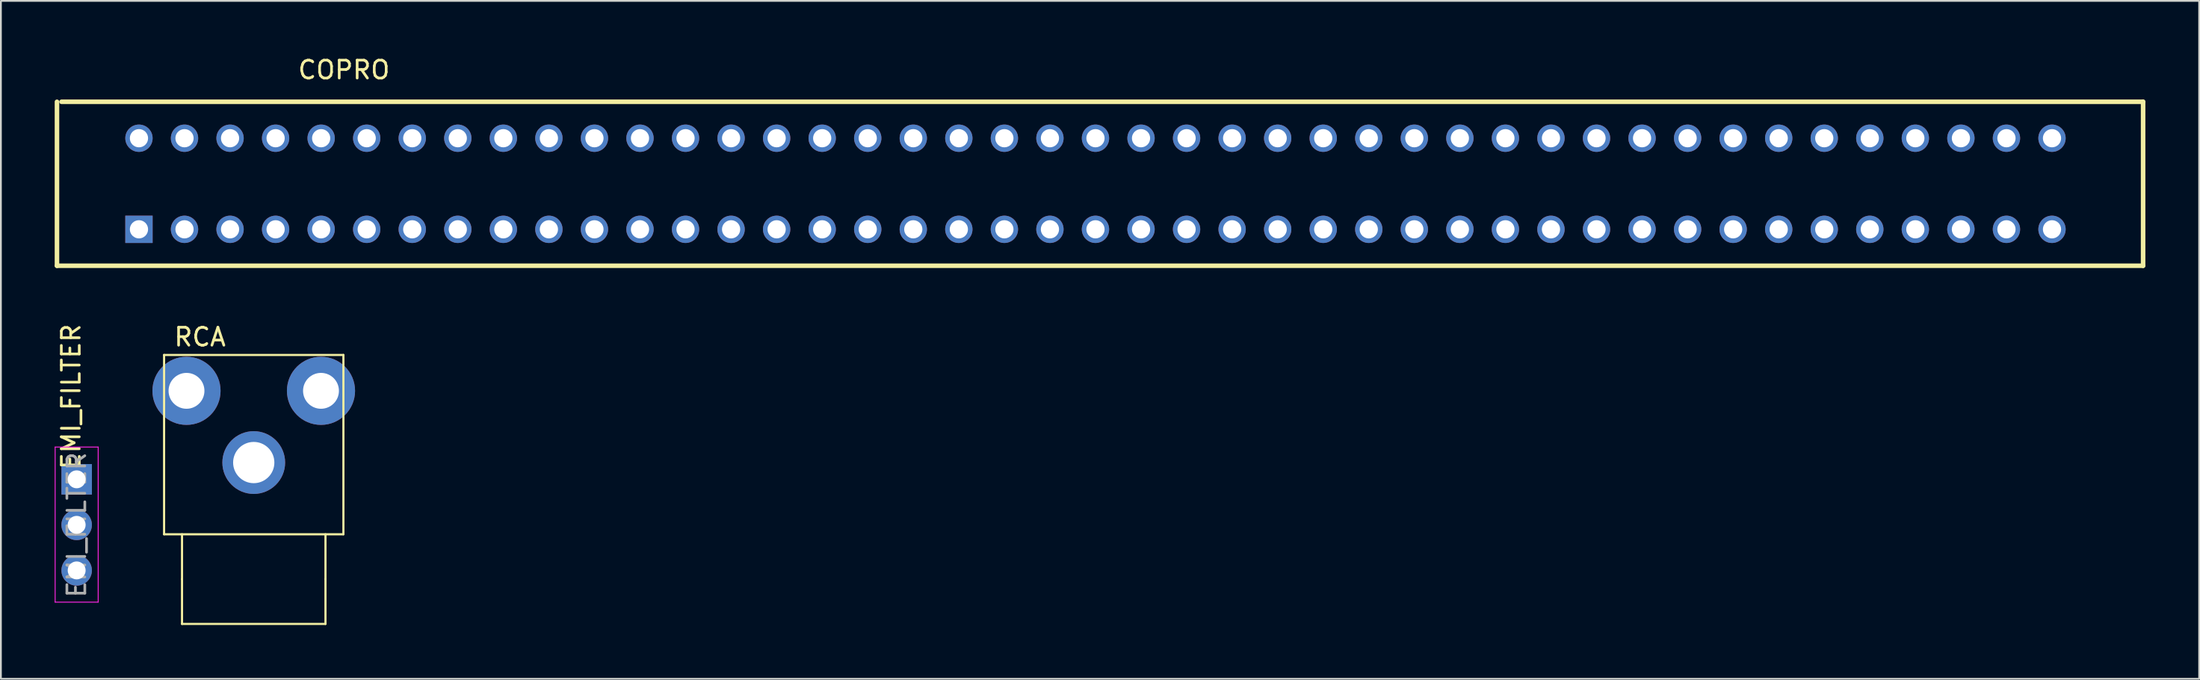
<source format=kicad_pcb>
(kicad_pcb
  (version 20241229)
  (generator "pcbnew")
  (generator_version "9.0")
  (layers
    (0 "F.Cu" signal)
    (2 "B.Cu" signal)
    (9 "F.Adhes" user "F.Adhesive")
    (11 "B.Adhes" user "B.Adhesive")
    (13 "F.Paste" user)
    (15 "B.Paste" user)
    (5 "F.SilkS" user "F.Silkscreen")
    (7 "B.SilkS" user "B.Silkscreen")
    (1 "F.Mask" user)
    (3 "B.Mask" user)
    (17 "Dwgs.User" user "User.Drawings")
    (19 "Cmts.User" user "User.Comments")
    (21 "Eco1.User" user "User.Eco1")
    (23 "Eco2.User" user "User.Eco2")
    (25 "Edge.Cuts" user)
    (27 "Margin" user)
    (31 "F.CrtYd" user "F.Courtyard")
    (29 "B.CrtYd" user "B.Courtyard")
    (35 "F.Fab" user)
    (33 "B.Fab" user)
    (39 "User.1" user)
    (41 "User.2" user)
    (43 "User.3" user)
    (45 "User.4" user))
  (footprint "COPRO"
    (layer "F.Cu")
    (at 30.099 4.658)
    (property "Reference" "COPRO" (at -13.97 -3.81 0) (layer "F.SilkS") (effects (font (size 1 1) (thickness 0.15))))
    (attr through_hole)
    (fp_line (start -29.972 -2.032) (end -29.972 7.112) (stroke (width 0.254) (type solid)) (layer "F.SilkS"))
    (fp_line (start -29.718 -2.032) (end 86.36 -2.032) (stroke (width 0.254) (type solid)) (layer "F.SilkS"))
    (fp_line (start 86.36 -2.032) (end 86.36 7.112) (stroke (width 0.254) (type solid)) (layer "F.SilkS"))
    (fp_line (start 86.36 7.112) (end -29.972 7.112) (stroke (width 0.254) (type solid)) (layer "F.SilkS"))
    (pad "1" thru_hole rect (at -25.4 5.08 180) (size 1.524 1.524) (drill 1.016) (layers "*.Cu" "*.Mask"))
    (pad "2" thru_hole circle (at -25.4 0 180) (size 1.524 1.524) (drill 1.016) (layers "*.Cu" "*.Mask"))
    (pad "3" thru_hole circle (at -22.86 5.08 180) (size 1.524 1.524) (drill 1.016) (layers "*.Cu" "*.Mask"))
    (pad "4" thru_hole circle (at -22.86 0 180) (size 1.524 1.524) (drill 1.016) (layers "*.Cu" "*.Mask"))
    (pad "5" thru_hole circle (at -20.32 5.08 180) (size 1.524 1.524) (drill 1.016) (layers "*.Cu" "*.Mask"))
    (pad "6" thru_hole circle (at -20.32 0 180) (size 1.524 1.524) (drill 1.016) (layers "*.Cu" "*.Mask"))
    (pad "7" thru_hole circle (at -17.78 5.08 180) (size 1.524 1.524) (drill 1.016) (layers "*.Cu" "*.Mask"))
    (pad "8" thru_hole circle (at -17.78 0 180) (size 1.524 1.524) (drill 1.016) (layers "*.Cu" "*.Mask"))
    (pad "9" thru_hole circle (at -15.24 5.08 180) (size 1.524 1.524) (drill 1.016) (layers "*.Cu" "*.Mask"))
    (pad "10" thru_hole circle (at -15.24 0 180) (size 1.524 1.524) (drill 1.016) (layers "*.Cu" "*.Mask"))
    (pad "11" thru_hole circle (at -12.7 5.08 180) (size 1.524 1.524) (drill 1.016) (layers "*.Cu" "*.Mask"))
    (pad "12" thru_hole circle (at -12.7 0 180) (size 1.524 1.524) (drill 1.016) (layers "*.Cu" "*.Mask"))
    (pad "13" thru_hole circle (at -10.16 5.08 180) (size 1.524 1.524) (drill 1.016) (layers "*.Cu" "*.Mask"))
    (pad "14" thru_hole circle (at -10.16 0 180) (size 1.524 1.524) (drill 1.016) (layers "*.Cu" "*.Mask"))
    (pad "15" thru_hole circle (at -7.62 5.08 180) (size 1.524 1.524) (drill 1.016) (layers "*.Cu" "*.Mask"))
    (pad "16" thru_hole circle (at -7.62 0 180) (size 1.524 1.524) (drill 1.016) (layers "*.Cu" "*.Mask"))
    (pad "17" thru_hole circle (at -5.08 5.08 180) (size 1.524 1.524) (drill 1.016) (layers "*.Cu" "*.Mask"))
    (pad "18" thru_hole circle (at -5.08 0 180) (size 1.524 1.524) (drill 1.016) (layers "*.Cu" "*.Mask"))
    (pad "19" thru_hole circle (at -2.54 5.08 180) (size 1.524 1.524) (drill 1.016) (layers "*.Cu" "*.Mask"))
    (pad "20" thru_hole circle (at -2.54 0 180) (size 1.524 1.524) (drill 1.016) (layers "*.Cu" "*.Mask"))
    (pad "21" thru_hole circle (at 0 5.08 180) (size 1.524 1.524) (drill 1.016) (layers "*.Cu" "*.Mask"))
    (pad "22" thru_hole circle (at 0 0 180) (size 1.524 1.524) (drill 1.016) (layers "*.Cu" "*.Mask"))
    (pad "23" thru_hole circle (at 2.54 5.08 180) (size 1.524 1.524) (drill 1.016) (layers "*.Cu" "*.Mask"))
    (pad "24" thru_hole circle (at 2.54 0 180) (size 1.524 1.524) (drill 1.016) (layers "*.Cu" "*.Mask"))
    (pad "25" thru_hole circle (at 5.08 5.08 180) (size 1.524 1.524) (drill 1.016) (layers "*.Cu" "*.Mask"))
    (pad "26" thru_hole circle (at 5.08 0 180) (size 1.524 1.524) (drill 1.016) (layers "*.Cu" "*.Mask"))
    (pad "27" thru_hole circle (at 7.62 5.08 180) (size 1.524 1.524) (drill 1.016) (layers "*.Cu" "*.Mask"))
    (pad "28" thru_hole circle (at 7.62 0 180) (size 1.524 1.524) (drill 1.016) (layers "*.Cu" "*.Mask"))
    (pad "29" thru_hole circle (at 10.16 5.08 180) (size 1.524 1.524) (drill 1.016) (layers "*.Cu" "*.Mask"))
    (pad "30" thru_hole circle (at 10.16 0 180) (size 1.524 1.524) (drill 1.016) (layers "*.Cu" "*.Mask"))
    (pad "31" thru_hole circle (at 12.7 5.08 180) (size 1.524 1.524) (drill 1.016) (layers "*.Cu" "*.Mask"))
    (pad "32" thru_hole circle (at 12.7 0 180) (size 1.524 1.524) (drill 1.016) (layers "*.Cu" "*.Mask"))
    (pad "33" thru_hole circle (at 15.24 5.08 180) (size 1.524 1.524) (drill 1.016) (layers "*.Cu" "*.Mask"))
    (pad "34" thru_hole circle (at 15.24 0 180) (size 1.524 1.524) (drill 1.016) (layers "*.Cu" "*.Mask"))
    (pad "35" thru_hole circle (at 17.78 5.08 180) (size 1.524 1.524) (drill 1.016) (layers "*.Cu" "*.Mask"))
    (pad "36" thru_hole circle (at 17.78 0 180) (size 1.524 1.524) (drill 1.016) (layers "*.Cu" "*.Mask"))
    (pad "37" thru_hole circle (at 20.32 5.08 180) (size 1.524 1.524) (drill 1.016) (layers "*.Cu" "*.Mask"))
    (pad "38" thru_hole circle (at 20.32 0 180) (size 1.524 1.524) (drill 1.016) (layers "*.Cu" "*.Mask"))
    (pad "39" thru_hole circle (at 22.86 5.08 180) (size 1.524 1.524) (drill 1.016) (layers "*.Cu" "*.Mask"))
    (pad "40" thru_hole circle (at 22.86 0 180) (size 1.524 1.524) (drill 1.016) (layers "*.Cu" "*.Mask"))
    (pad "41" thru_hole circle (at 25.4 5.08 180) (size 1.524 1.524) (drill 1.016) (layers "*.Cu" "*.Mask"))
    (pad "42" thru_hole circle (at 25.4 0 180) (size 1.524 1.524) (drill 1.016) (layers "*.Cu" "*.Mask"))
    (pad "43" thru_hole circle (at 27.94 5.08 180) (size 1.524 1.524) (drill 1.016) (layers "*.Cu" "*.Mask"))
    (pad "44" thru_hole circle (at 27.94 0 180) (size 1.524 1.524) (drill 1.016) (layers "*.Cu" "*.Mask"))
    (pad "45" thru_hole circle (at 30.48 5.08 180) (size 1.524 1.524) (drill 1.016) (layers "*.Cu" "*.Mask"))
    (pad "46" thru_hole circle (at 30.48 0 180) (size 1.524 1.524) (drill 1.016) (layers "*.Cu" "*.Mask"))
    (pad "47" thru_hole circle (at 33.02 5.08 180) (size 1.524 1.524) (drill 1.016) (layers "*.Cu" "*.Mask"))
    (pad "48" thru_hole circle (at 33.02 0 180) (size 1.524 1.524) (drill 1.016) (layers "*.Cu" "*.Mask"))
    (pad "49" thru_hole circle (at 35.56 5.08 180) (size 1.524 1.524) (drill 1.016) (layers "*.Cu" "*.Mask"))
    (pad "50" thru_hole circle (at 35.56 0 180) (size 1.524 1.524) (drill 1.016) (layers "*.Cu" "*.Mask"))
    (pad "51" thru_hole circle (at 38.1 5.08 180) (size 1.524 1.524) (drill 1.016) (layers "*.Cu" "*.Mask"))
    (pad "52" thru_hole circle (at 38.1 0 180) (size 1.524 1.524) (drill 1.016) (layers "*.Cu" "*.Mask"))
    (pad "53" thru_hole circle (at 40.64 5.08 180) (size 1.524 1.524) (drill 1.016) (layers "*.Cu" "*.Mask"))
    (pad "54" thru_hole circle (at 40.64 0 180) (size 1.524 1.524) (drill 1.016) (layers "*.Cu" "*.Mask"))
    (pad "55" thru_hole circle (at 43.18 5.08 180) (size 1.524 1.524) (drill 1.016) (layers "*.Cu" "*.Mask"))
    (pad "56" thru_hole circle (at 43.18 0 180) (size 1.524 1.524) (drill 1.016) (layers "*.Cu" "*.Mask"))
    (pad "57" thru_hole circle (at 45.72 5.08 180) (size 1.524 1.524) (drill 1.016) (layers "*.Cu" "*.Mask"))
    (pad "58" thru_hole circle (at 45.72 0 180) (size 1.524 1.524) (drill 1.016) (layers "*.Cu" "*.Mask"))
    (pad "59" thru_hole circle (at 48.26 5.08 180) (size 1.524 1.524) (drill 1.016) (layers "*.Cu" "*.Mask"))
    (pad "60" thru_hole circle (at 48.26 0 180) (size 1.524 1.524) (drill 1.016) (layers "*.Cu" "*.Mask"))
    (pad "61" thru_hole circle (at 50.8 5.08 180) (size 1.524 1.524) (drill 1.016) (layers "*.Cu" "*.Mask"))
    (pad "62" thru_hole circle (at 50.8 0 180) (size 1.524 1.524) (drill 1.016) (layers "*.Cu" "*.Mask"))
    (pad "63" thru_hole circle (at 53.34 5.08 180) (size 1.524 1.524) (drill 1.016) (layers "*.Cu" "*.Mask"))
    (pad "64" thru_hole circle (at 53.34 0 180) (size 1.524 1.524) (drill 1.016) (layers "*.Cu" "*.Mask"))
    (pad "65" thru_hole circle (at 55.88 5.08 180) (size 1.524 1.524) (drill 1.016) (layers "*.Cu" "*.Mask"))
    (pad "66" thru_hole circle (at 55.88 0 180) (size 1.524 1.524) (drill 1.016) (layers "*.Cu" "*.Mask"))
    (pad "67" thru_hole circle (at 58.42 5.08 180) (size 1.524 1.524) (drill 1.016) (layers "*.Cu" "*.Mask"))
    (pad "68" thru_hole circle (at 58.42 0 180) (size 1.524 1.524) (drill 1.016) (layers "*.Cu" "*.Mask"))
    (pad "69" thru_hole circle (at 60.96 5.08 180) (size 1.524 1.524) (drill 1.016) (layers "*.Cu" "*.Mask"))
    (pad "70" thru_hole circle (at 60.96 0 180) (size 1.524 1.524) (drill 1.016) (layers "*.Cu" "*.Mask"))
    (pad "71" thru_hole circle (at 63.5 5.08 180) (size 1.524 1.524) (drill 1.016) (layers "*.Cu" "*.Mask"))
    (pad "72" thru_hole circle (at 63.5 0 180) (size 1.524 1.524) (drill 1.016) (layers "*.Cu" "*.Mask"))
    (pad "73" thru_hole circle (at 66.04 5.08 180) (size 1.524 1.524) (drill 1.016) (layers "*.Cu" "*.Mask"))
    (pad "74" thru_hole circle (at 66.04 0 180) (size 1.524 1.524) (drill 1.016) (layers "*.Cu" "*.Mask"))
    (pad "75" thru_hole circle (at 68.58 5.08 180) (size 1.524 1.524) (drill 1.016) (layers "*.Cu" "*.Mask"))
    (pad "76" thru_hole circle (at 68.58 0 180) (size 1.524 1.524) (drill 1.016) (layers "*.Cu" "*.Mask"))
    (pad "77" thru_hole circle (at 71.12 5.08 180) (size 1.524 1.524) (drill 1.016) (layers "*.Cu" "*.Mask"))
    (pad "78" thru_hole circle (at 71.12 0 180) (size 1.524 1.524) (drill 1.016) (layers "*.Cu" "*.Mask"))
    (pad "79" thru_hole circle (at 73.66 5.08 180) (size 1.524 1.524) (drill 1.016) (layers "*.Cu" "*.Mask"))
    (pad "80" thru_hole circle (at 73.66 0 180) (size 1.524 1.524) (drill 1.016) (layers "*.Cu" "*.Mask"))
    (pad "81" thru_hole circle (at 76.2 5.08 180) (size 1.524 1.524) (drill 1.016) (layers "*.Cu" "*.Mask"))
    (pad "82" thru_hole circle (at 76.2 0 180) (size 1.524 1.524) (drill 1.016) (layers "*.Cu" "*.Mask"))
    (pad "83" thru_hole circle (at 78.74 5.08 180) (size 1.524 1.524) (drill 1.016) (layers "*.Cu" "*.Mask"))
    (pad "84" thru_hole circle (at 78.74 0 180) (size 1.524 1.524) (drill 1.016) (layers "*.Cu" "*.Mask"))
    (pad "85" thru_hole circle (at 81.28 5.08 180) (size 1.524 1.524) (drill 1.016) (layers "*.Cu" "*.Mask"))
    (pad "86" thru_hole circle (at 81.28 0 180) (size 1.524 1.524) (drill 1.016) (layers "*.Cu" "*.Mask")))
  (footprint "RCA"
    (layer "F.Cu")
    (at 11.1 26.745)
    (property "Reference" "RCA" (at -3 -11 0) (layer "F.SilkS") (effects (font (size 1 1) (thickness 0.15))))
    (attr through_hole)
    (fp_line (start -5 -10) (end 5 -10) (stroke (width 0.12) (type solid)) (layer "F.SilkS"))
    (fp_line (start -5 0) (end -5 -10) (stroke (width 0.12) (type solid)) (layer "F.SilkS"))
    (fp_line (start -4 0) (end -4 2.5) (stroke (width 0.12) (type solid)) (layer "F.SilkS"))
    (fp_line (start -4 2.5) (end -4 5) (stroke (width 0.12) (type solid)) (layer "F.SilkS"))
    (fp_line (start -4 5) (end 4 5) (stroke (width 0.12) (type solid)) (layer "F.SilkS"))
    (fp_line (start 4 2.5) (end 4 0) (stroke (width 0.12) (type solid)) (layer "F.SilkS"))
    (fp_line (start 4 5) (end 4 2.5) (stroke (width 0.12) (type solid)) (layer "F.SilkS"))
    (fp_line (start 5 -10) (end 5 0) (stroke (width 0.12) (type solid)) (layer "F.SilkS"))
    (fp_line (start 5 0) (end -5 0) (stroke (width 0.12) (type solid)) (layer "F.SilkS"))
    (pad "" thru_hole circle (at 3.75 -8) (size 3.8 3.8) (drill 2) (layers "*.Cu" "*.Mask"))
    (pad "1" thru_hole circle (at -3.75 -8) (size 3.8 3.8) (drill 2) (layers "*.Cu" "*.Mask"))
    (pad "2" thru_hole circle (at 0 -4) (size 3.5 3.5) (drill 2.3) (layers "*.Cu" "*.Mask")))
  (footprint "EMI_FILTER"
    (layer "F.Cu")
    (at 1.225 23.68)
    (property "Reference" "EMI_FILTER" (at -0.31 -4.61 270) (layer "F.SilkS") (effects (font (size 1 1) (thickness 0.15))))
    (attr through_hole)
    (fp_line (start -1.2 -1.8) (end 1.2 -1.8) (stroke (width 0.05) (type solid)) (layer "F.CrtYd"))
    (fp_line (start -1.2 6.85) (end -1.2 -1.8) (stroke (width 0.05) (type solid)) (layer "F.CrtYd"))
    (fp_line (start 1.2 -1.8) (end 1.2 6.85) (stroke (width 0.05) (type solid)) (layer "F.CrtYd"))
    (fp_line (start 1.2 6.85) (end -1.2 6.85) (stroke (width 0.05) (type solid)) (layer "F.CrtYd"))
    (fp_text user "${REFERENCE}" (at 0 2.54 270) (layer "F.Fab") (effects (font (size 1 1) (thickness 0.15))))
    (pad "1" thru_hole rect (at 0 0) (size 1.7 1.7) (drill 1) (layers "*.Cu" "*.Mask"))
    (pad "2" thru_hole oval (at 0 2.54) (size 1.7 1.7) (drill 1) (layers "*.Cu" "*.Mask"))
    (pad "3" thru_hole oval (at 0 5.08) (size 1.7 1.7) (drill 1) (layers "*.Cu" "*.Mask")))
  (gr_rect
    (start -3 -3)
    (end 119.586 34.806)
    (stroke (width 0.1) (type default))
    (fill no)
    (layer "Edge.Cuts")))
</source>
